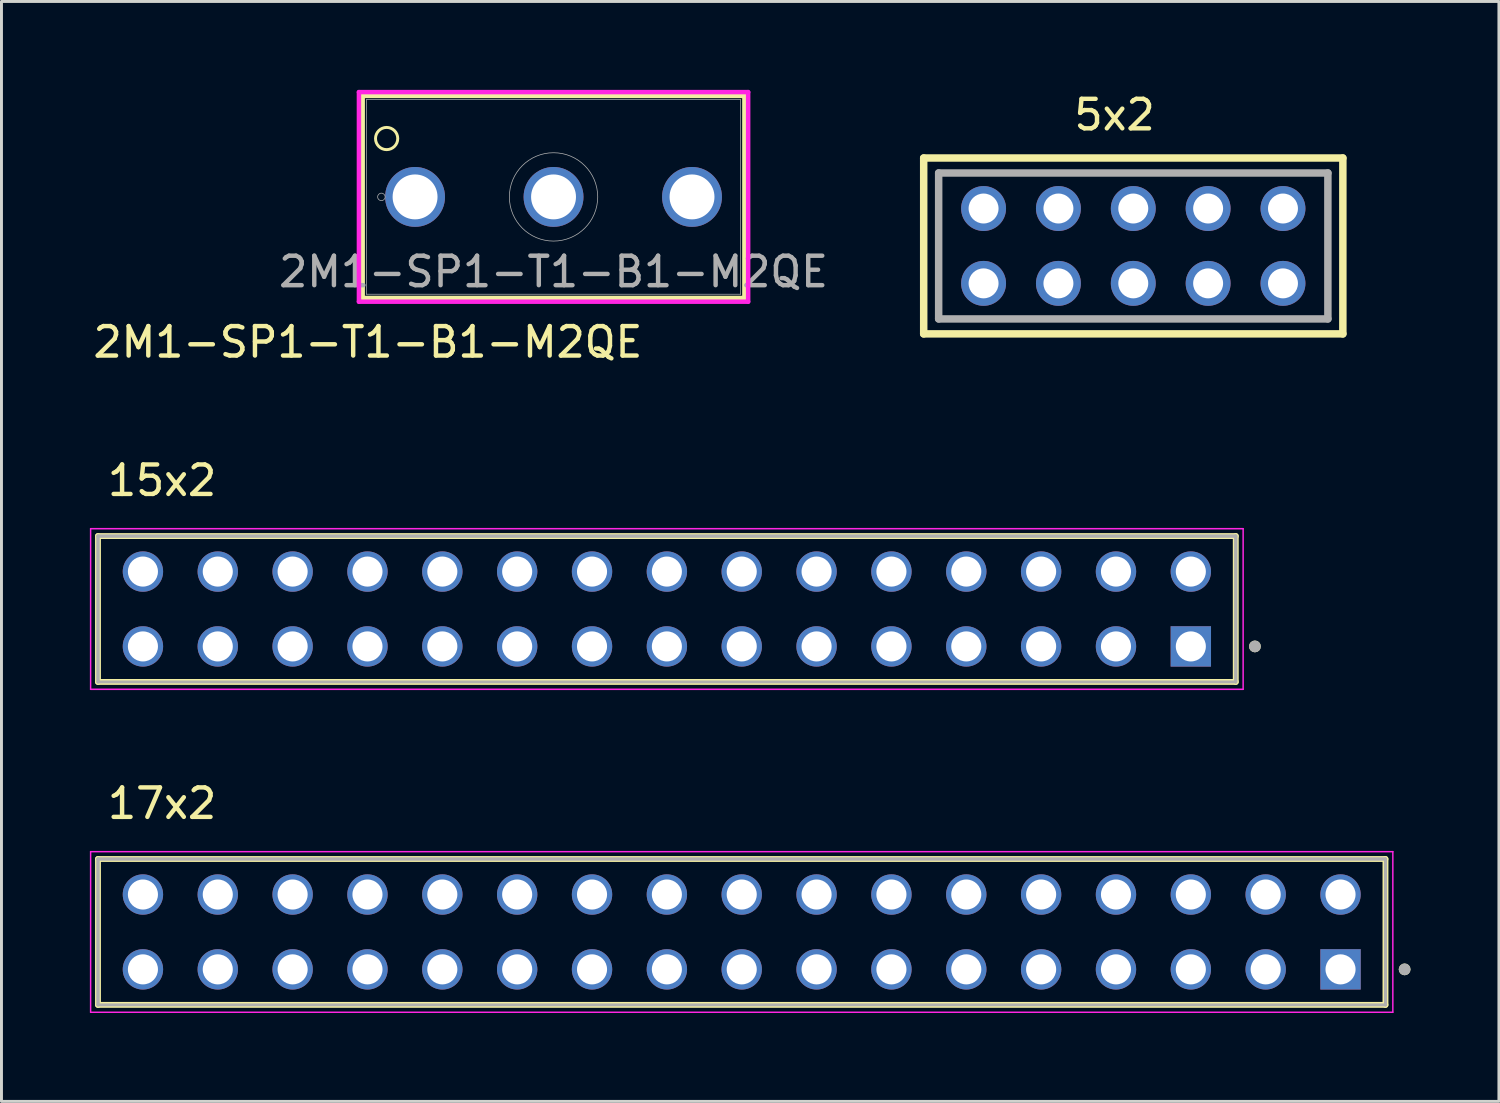
<source format=kicad_pcb>
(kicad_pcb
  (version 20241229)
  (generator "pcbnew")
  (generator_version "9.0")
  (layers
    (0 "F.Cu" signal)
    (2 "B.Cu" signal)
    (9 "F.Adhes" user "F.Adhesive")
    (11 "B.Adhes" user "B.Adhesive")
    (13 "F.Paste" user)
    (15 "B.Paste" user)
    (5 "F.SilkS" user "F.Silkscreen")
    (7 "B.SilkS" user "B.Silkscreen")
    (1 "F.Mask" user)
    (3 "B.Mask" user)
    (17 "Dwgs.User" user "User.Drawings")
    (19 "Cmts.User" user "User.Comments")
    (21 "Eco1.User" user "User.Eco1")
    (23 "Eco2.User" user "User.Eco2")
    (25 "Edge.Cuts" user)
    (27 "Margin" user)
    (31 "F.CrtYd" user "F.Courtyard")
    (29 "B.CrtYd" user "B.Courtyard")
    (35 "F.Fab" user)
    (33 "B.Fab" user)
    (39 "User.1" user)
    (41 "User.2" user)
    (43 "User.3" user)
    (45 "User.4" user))
  (footprint "15x2"
    (layer "F.Cu")
    (at 37.36 18.886)
    (property "Reference" "15x2" (at -34.91 -5.63 0) (layer "F.SilkS") (effects (font (size 1 1) (thickness 0.15))))
    (attr through_hole)
    (fp_line (start -37.085 1.205) (end -37.085 -3.745) (stroke (width 0.2) (type solid)) (layer "F.SilkS"))
    (fp_line (start 1.525 -3.745) (end -37.085 -3.745) (stroke (width 0.2) (type solid)) (layer "F.SilkS"))
    (fp_line (start 1.525 -3.745) (end 1.525 1.205) (stroke (width 0.2) (type solid)) (layer "F.SilkS"))
    (fp_line (start 1.525 1.205) (end -37.085 1.205) (stroke (width 0.2) (type solid)) (layer "F.SilkS"))
    (fp_circle (center 2.175 0) (end 2.275 0) (stroke (width 0.2) (type solid)) (fill no) (layer "F.SilkS"))
    (fp_line (start -37.335 -3.995) (end 1.775 -3.995) (stroke (width 0.05) (type solid)) (layer "F.CrtYd"))
    (fp_line (start -37.335 1.455) (end -37.335 -3.995) (stroke (width 0.05) (type solid)) (layer "F.CrtYd"))
    (fp_line (start 1.775 -3.995) (end 1.775 1.455) (stroke (width 0.05) (type solid)) (layer "F.CrtYd"))
    (fp_line (start 1.775 1.455) (end -37.335 1.455) (stroke (width 0.05) (type solid)) (layer "F.CrtYd"))
    (fp_line (start -37.085 -3.745) (end 1.525 -3.745) (stroke (width 0.1) (type solid)) (layer "F.Fab"))
    (fp_line (start -37.085 -3.745) (end 1.525 -3.745) (stroke (width 0.1) (type solid)) (layer "F.Fab"))
    (fp_line (start -37.085 1.205) (end -37.085 -3.745) (stroke (width 0.1) (type solid)) (layer "F.Fab"))
    (fp_line (start -37.085 1.205) (end -37.085 -3.745) (stroke (width 0.1) (type solid)) (layer "F.Fab"))
    (fp_line (start 1.525 -3.745) (end 1.525 1.205) (stroke (width 0.1) (type solid)) (layer "F.Fab"))
    (fp_line (start 1.525 -3.745) (end 1.525 1.205) (stroke (width 0.1) (type solid)) (layer "F.Fab"))
    (fp_line (start 1.525 1.205) (end -37.085 1.205) (stroke (width 0.1) (type solid)) (layer "F.Fab"))
    (fp_circle (center 2.175 0) (end 2.275 0) (stroke (width 0.2) (type solid)) (fill no) (layer "F.Fab"))
    (pad "01" thru_hole rect (at 0 0) (size 1.37 1.37) (drill 1.02) (layers "*.Cu" "*.Mask"))
    (pad "02" thru_hole circle (at 0 -2.54) (size 1.37 1.37) (drill 1.02) (layers "*.Cu" "*.Mask"))
    (pad "03" thru_hole circle (at -2.54 0) (size 1.37 1.37) (drill 1.02) (layers "*.Cu" "*.Mask"))
    (pad "04" thru_hole circle (at -2.54 -2.54) (size 1.37 1.37) (drill 1.02) (layers "*.Cu" "*.Mask"))
    (pad "05" thru_hole circle (at -5.08 0) (size 1.37 1.37) (drill 1.02) (layers "*.Cu" "*.Mask"))
    (pad "06" thru_hole circle (at -5.08 -2.54) (size 1.37 1.37) (drill 1.02) (layers "*.Cu" "*.Mask"))
    (pad "07" thru_hole circle (at -7.62 0) (size 1.37 1.37) (drill 1.02) (layers "*.Cu" "*.Mask"))
    (pad "08" thru_hole circle (at -7.62 -2.54) (size 1.37 1.37) (drill 1.02) (layers "*.Cu" "*.Mask"))
    (pad "09" thru_hole circle (at -10.16 0) (size 1.37 1.37) (drill 1.02) (layers "*.Cu" "*.Mask"))
    (pad "10" thru_hole circle (at -10.16 -2.54) (size 1.37 1.37) (drill 1.02) (layers "*.Cu" "*.Mask"))
    (pad "11" thru_hole circle (at -12.7 0) (size 1.37 1.37) (drill 1.02) (layers "*.Cu" "*.Mask"))
    (pad "12" thru_hole circle (at -12.7 -2.54) (size 1.37 1.37) (drill 1.02) (layers "*.Cu" "*.Mask"))
    (pad "13" thru_hole circle (at -15.24 0) (size 1.37 1.37) (drill 1.02) (layers "*.Cu" "*.Mask"))
    (pad "14" thru_hole circle (at -15.24 -2.54) (size 1.37 1.37) (drill 1.02) (layers "*.Cu" "*.Mask"))
    (pad "15" thru_hole circle (at -17.78 0) (size 1.37 1.37) (drill 1.02) (layers "*.Cu" "*.Mask"))
    (pad "16" thru_hole circle (at -17.78 -2.54) (size 1.37 1.37) (drill 1.02) (layers "*.Cu" "*.Mask"))
    (pad "17" thru_hole circle (at -20.32 0) (size 1.37 1.37) (drill 1.02) (layers "*.Cu" "*.Mask"))
    (pad "18" thru_hole circle (at -20.32 -2.54) (size 1.37 1.37) (drill 1.02) (layers "*.Cu" "*.Mask"))
    (pad "19" thru_hole circle (at -22.86 0) (size 1.37 1.37) (drill 1.02) (layers "*.Cu" "*.Mask"))
    (pad "20" thru_hole circle (at -22.86 -2.54) (size 1.37 1.37) (drill 1.02) (layers "*.Cu" "*.Mask"))
    (pad "21" thru_hole circle (at -25.4 0) (size 1.37 1.37) (drill 1.02) (layers "*.Cu" "*.Mask"))
    (pad "22" thru_hole circle (at -25.4 -2.54) (size 1.37 1.37) (drill 1.02) (layers "*.Cu" "*.Mask"))
    (pad "23" thru_hole circle (at -27.94 0) (size 1.37 1.37) (drill 1.02) (layers "*.Cu" "*.Mask"))
    (pad "24" thru_hole circle (at -27.94 -2.54) (size 1.37 1.37) (drill 1.02) (layers "*.Cu" "*.Mask"))
    (pad "25" thru_hole circle (at -30.48 0) (size 1.37 1.37) (drill 1.02) (layers "*.Cu" "*.Mask"))
    (pad "26" thru_hole circle (at -30.48 -2.54) (size 1.37 1.37) (drill 1.02) (layers "*.Cu" "*.Mask"))
    (pad "27" thru_hole circle (at -33.02 0) (size 1.37 1.37) (drill 1.02) (layers "*.Cu" "*.Mask"))
    (pad "28" thru_hole circle (at -33.02 -2.54) (size 1.37 1.37) (drill 1.02) (layers "*.Cu" "*.Mask"))
    (pad "29" thru_hole circle (at -35.56 0) (size 1.37 1.37) (drill 1.02) (layers "*.Cu" "*.Mask"))
    (pad "30" thru_hole circle (at -35.56 -2.54) (size 1.37 1.37) (drill 1.02) (layers "*.Cu" "*.Mask")))
  (footprint "2M1-SP1-T1-B1-M2QE"
    (layer "F.Cu")
    (at 11.035 3.632)
    (property "Reference" "2M1-SP1-T1-B1-M2QE" (at -1.6 4.928 0) (unlocked yes) (layer "F.SilkS") (effects (font (size 1 1) (thickness 0.15))))
    (attr through_hole)
    (fp_line (start -1.778 -3.429) (end 11.176 -3.429) (stroke (width 0.152) (type solid)) (layer "F.SilkS"))
    (fp_line (start -1.778 3.429) (end -1.778 -3.429) (stroke (width 0.152) (type solid)) (layer "F.SilkS"))
    (fp_line (start 11.176 -3.429) (end 11.176 3.429) (stroke (width 0.152) (type solid)) (layer "F.SilkS"))
    (fp_line (start 11.176 3.429) (end -1.778 3.429) (stroke (width 0.152) (type solid)) (layer "F.SilkS"))
    (fp_circle (center -0.965 -1.981) (end -0.61 -1.854) (stroke (width 0.1) (type default)) (fill no) (layer "F.SilkS"))
    (fp_line (start -1.905 -3.556) (end 11.303 -3.556) (stroke (width 0.152) (type solid)) (layer "F.CrtYd"))
    (fp_line (start -1.905 3.556) (end -1.905 -3.556) (stroke (width 0.152) (type solid)) (layer "F.CrtYd"))
    (fp_line (start 11.303 -3.556) (end 11.303 3.556) (stroke (width 0.152) (type solid)) (layer "F.CrtYd"))
    (fp_line (start 11.303 3.556) (end -1.905 3.556) (stroke (width 0.152) (type solid)) (layer "F.CrtYd"))
    (fp_line (start -1.651 -3.302) (end 11.049 -3.302) (stroke (width 0.025) (type solid)) (layer "F.Fab"))
    (fp_line (start -1.651 3.302) (end -1.651 -3.302) (stroke (width 0.025) (type solid)) (layer "F.Fab"))
    (fp_line (start 11.049 -3.302) (end 11.049 3.302) (stroke (width 0.025) (type solid)) (layer "F.Fab"))
    (fp_line (start 11.049 3.302) (end -1.651 3.302) (stroke (width 0.025) (type solid)) (layer "F.Fab"))
    (fp_circle (center -1.143 0) (end -1.016 0) (stroke (width 0.025) (type solid)) (fill no) (layer "F.Fab"))
    (fp_circle (center 4.699 0) (end 6.198 0) (stroke (width 0.025) (type solid)) (fill no) (layer "F.Fab"))
    (fp_text user "${REFERENCE}" (at 4.699 2.54 0) (unlocked yes) (layer "F.Fab") (effects (font (size 1 1) (thickness 0.15))))
    (pad "1" thru_hole circle (at 0 0) (size 2.032 2.032) (drill 1.524) (layers "*.Cu" "*.Mask"))
    (pad "2" thru_hole circle (at 4.699 0) (size 2.032 2.032) (drill 1.524) (layers "*.Cu" "*.Mask"))
    (pad "3" thru_hole circle (at 9.398 0) (size 2.032 2.032) (drill 1.524) (layers "*.Cu" "*.Mask")))
  (footprint "5x2"
    (layer "F.Cu")
    (at 35.407 5.296)
    (property "Reference" "5x2" (at -0.635 -4.447 0) (layer "F.SilkS") (effects (font (size 1.001 1.001) (thickness 0.15))))
    (attr through_hole)
    (fp_line (start -7.112 -2.984) (end 7.112 -2.984) (stroke (width 0.254) (type solid)) (layer "F.SilkS"))
    (fp_line (start -7.112 2.984) (end -7.112 -2.984) (stroke (width 0.254) (type solid)) (layer "F.SilkS"))
    (fp_line (start 7.112 -2.984) (end 7.112 2.984) (stroke (width 0.254) (type solid)) (layer "F.SilkS"))
    (fp_line (start 7.112 2.984) (end -7.112 2.984) (stroke (width 0.254) (type solid)) (layer "F.SilkS"))
    (fp_line (start -6.604 -2.476) (end 6.604 -2.476) (stroke (width 0.254) (type solid)) (layer "F.Fab"))
    (fp_line (start -6.604 2.476) (end -6.604 -2.476) (stroke (width 0.254) (type solid)) (layer "F.Fab"))
    (fp_line (start 6.604 -2.476) (end 6.604 2.476) (stroke (width 0.254) (type solid)) (layer "F.Fab"))
    (fp_line (start 6.604 2.476) (end -6.604 2.476) (stroke (width 0.254) (type solid)) (layer "F.Fab"))
    (pad "1" thru_hole circle (at -5.08 -1.27) (size 1.524 1.524) (drill 1.016) (layers "*.Cu" "*.Mask"))
    (pad "2" thru_hole circle (at -5.08 1.27) (size 1.524 1.524) (drill 1.016) (layers "*.Cu" "*.Mask"))
    (pad "3" thru_hole circle (at -2.54 -1.27) (size 1.524 1.524) (drill 1.016) (layers "*.Cu" "*.Mask"))
    (pad "4" thru_hole circle (at -2.54 1.27) (size 1.524 1.524) (drill 1.016) (layers "*.Cu" "*.Mask"))
    (pad "5" thru_hole circle (at 0 -1.27) (size 1.524 1.524) (drill 1.016) (layers "*.Cu" "*.Mask"))
    (pad "6" thru_hole circle (at 0 1.27) (size 1.524 1.524) (drill 1.016) (layers "*.Cu" "*.Mask"))
    (pad "7" thru_hole circle (at 2.54 -1.27) (size 1.524 1.524) (drill 1.016) (layers "*.Cu" "*.Mask"))
    (pad "8" thru_hole circle (at 2.54 1.27) (size 1.524 1.524) (drill 1.016) (layers "*.Cu" "*.Mask"))
    (pad "9" thru_hole circle (at 5.08 -1.27) (size 1.524 1.524) (drill 1.016) (layers "*.Cu" "*.Mask"))
    (pad "10" thru_hole circle (at 5.08 1.27) (size 1.524 1.524) (drill 1.016) (layers "*.Cu" "*.Mask")))
  (footprint "17x2"
    (layer "F.Cu")
    (at 42.44 29.845)
    (property "Reference" "17x2" (at -39.99 -5.63 0) (layer "F.SilkS") (effects (font (size 1 1) (thickness 0.15))))
    (attr through_hole)
    (fp_line (start -42.165 1.205) (end -42.165 -3.745) (stroke (width 0.2) (type solid)) (layer "F.SilkS"))
    (fp_line (start 1.525 -3.745) (end -42.165 -3.745) (stroke (width 0.2) (type solid)) (layer "F.SilkS"))
    (fp_line (start 1.525 -3.745) (end 1.525 1.205) (stroke (width 0.2) (type solid)) (layer "F.SilkS"))
    (fp_line (start 1.525 1.205) (end -42.165 1.205) (stroke (width 0.2) (type solid)) (layer "F.SilkS"))
    (fp_circle (center 2.175 0) (end 2.275 0) (stroke (width 0.2) (type solid)) (fill no) (layer "F.SilkS"))
    (fp_line (start -42.415 -3.995) (end 1.775 -3.995) (stroke (width 0.05) (type solid)) (layer "F.CrtYd"))
    (fp_line (start -42.415 1.455) (end -42.415 -3.995) (stroke (width 0.05) (type solid)) (layer "F.CrtYd"))
    (fp_line (start 1.775 -3.995) (end 1.775 1.455) (stroke (width 0.05) (type solid)) (layer "F.CrtYd"))
    (fp_line (start 1.775 1.455) (end -42.415 1.455) (stroke (width 0.05) (type solid)) (layer "F.CrtYd"))
    (fp_line (start -42.165 -3.745) (end 1.525 -3.745) (stroke (width 0.1) (type solid)) (layer "F.Fab"))
    (fp_line (start -42.165 -3.745) (end 1.525 -3.745) (stroke (width 0.1) (type solid)) (layer "F.Fab"))
    (fp_line (start -42.165 1.205) (end -42.165 -3.745) (stroke (width 0.1) (type solid)) (layer "F.Fab"))
    (fp_line (start -42.165 1.205) (end -42.165 -3.745) (stroke (width 0.1) (type solid)) (layer "F.Fab"))
    (fp_line (start 1.525 -3.745) (end 1.525 1.205) (stroke (width 0.1) (type solid)) (layer "F.Fab"))
    (fp_line (start 1.525 -3.745) (end 1.525 1.205) (stroke (width 0.1) (type solid)) (layer "F.Fab"))
    (fp_line (start 1.525 1.205) (end -42.165 1.205) (stroke (width 0.1) (type solid)) (layer "F.Fab"))
    (fp_circle (center 2.175 0) (end 2.275 0) (stroke (width 0.2) (type solid)) (fill no) (layer "F.Fab"))
    (pad "01" thru_hole rect (at 0 0) (size 1.37 1.37) (drill 1.02) (layers "*.Cu" "*.Mask"))
    (pad "02" thru_hole circle (at 0 -2.54) (size 1.37 1.37) (drill 1.02) (layers "*.Cu" "*.Mask"))
    (pad "03" thru_hole circle (at -2.54 0) (size 1.37 1.37) (drill 1.02) (layers "*.Cu" "*.Mask"))
    (pad "04" thru_hole circle (at -2.54 -2.54) (size 1.37 1.37) (drill 1.02) (layers "*.Cu" "*.Mask"))
    (pad "05" thru_hole circle (at -5.08 0) (size 1.37 1.37) (drill 1.02) (layers "*.Cu" "*.Mask"))
    (pad "06" thru_hole circle (at -5.08 -2.54) (size 1.37 1.37) (drill 1.02) (layers "*.Cu" "*.Mask"))
    (pad "07" thru_hole circle (at -7.62 0) (size 1.37 1.37) (drill 1.02) (layers "*.Cu" "*.Mask"))
    (pad "08" thru_hole circle (at -7.62 -2.54) (size 1.37 1.37) (drill 1.02) (layers "*.Cu" "*.Mask"))
    (pad "09" thru_hole circle (at -10.16 0) (size 1.37 1.37) (drill 1.02) (layers "*.Cu" "*.Mask"))
    (pad "10" thru_hole circle (at -10.16 -2.54) (size 1.37 1.37) (drill 1.02) (layers "*.Cu" "*.Mask"))
    (pad "11" thru_hole circle (at -12.7 0) (size 1.37 1.37) (drill 1.02) (layers "*.Cu" "*.Mask"))
    (pad "12" thru_hole circle (at -12.7 -2.54) (size 1.37 1.37) (drill 1.02) (layers "*.Cu" "*.Mask"))
    (pad "13" thru_hole circle (at -15.24 0) (size 1.37 1.37) (drill 1.02) (layers "*.Cu" "*.Mask"))
    (pad "14" thru_hole circle (at -15.24 -2.54) (size 1.37 1.37) (drill 1.02) (layers "*.Cu" "*.Mask"))
    (pad "15" thru_hole circle (at -17.78 0) (size 1.37 1.37) (drill 1.02) (layers "*.Cu" "*.Mask"))
    (pad "16" thru_hole circle (at -17.78 -2.54) (size 1.37 1.37) (drill 1.02) (layers "*.Cu" "*.Mask"))
    (pad "17" thru_hole circle (at -20.32 0) (size 1.37 1.37) (drill 1.02) (layers "*.Cu" "*.Mask"))
    (pad "18" thru_hole circle (at -20.32 -2.54) (size 1.37 1.37) (drill 1.02) (layers "*.Cu" "*.Mask"))
    (pad "19" thru_hole circle (at -22.86 0) (size 1.37 1.37) (drill 1.02) (layers "*.Cu" "*.Mask"))
    (pad "20" thru_hole circle (at -22.86 -2.54) (size 1.37 1.37) (drill 1.02) (layers "*.Cu" "*.Mask"))
    (pad "21" thru_hole circle (at -25.4 0) (size 1.37 1.37) (drill 1.02) (layers "*.Cu" "*.Mask"))
    (pad "22" thru_hole circle (at -25.4 -2.54) (size 1.37 1.37) (drill 1.02) (layers "*.Cu" "*.Mask"))
    (pad "23" thru_hole circle (at -27.94 0) (size 1.37 1.37) (drill 1.02) (layers "*.Cu" "*.Mask"))
    (pad "24" thru_hole circle (at -27.94 -2.54) (size 1.37 1.37) (drill 1.02) (layers "*.Cu" "*.Mask"))
    (pad "25" thru_hole circle (at -30.48 0) (size 1.37 1.37) (drill 1.02) (layers "*.Cu" "*.Mask"))
    (pad "26" thru_hole circle (at -30.48 -2.54) (size 1.37 1.37) (drill 1.02) (layers "*.Cu" "*.Mask"))
    (pad "27" thru_hole circle (at -33.02 0) (size 1.37 1.37) (drill 1.02) (layers "*.Cu" "*.Mask"))
    (pad "28" thru_hole circle (at -33.02 -2.54) (size 1.37 1.37) (drill 1.02) (layers "*.Cu" "*.Mask"))
    (pad "29" thru_hole circle (at -35.56 0) (size 1.37 1.37) (drill 1.02) (layers "*.Cu" "*.Mask"))
    (pad "30" thru_hole circle (at -35.56 -2.54) (size 1.37 1.37) (drill 1.02) (layers "*.Cu" "*.Mask"))
    (pad "31" thru_hole circle (at -38.1 0) (size 1.37 1.37) (drill 1.02) (layers "*.Cu" "*.Mask"))
    (pad "32" thru_hole circle (at -38.1 -2.54) (size 1.37 1.37) (drill 1.02) (layers "*.Cu" "*.Mask"))
    (pad "33" thru_hole circle (at -40.64 0) (size 1.37 1.37) (drill 1.02) (layers "*.Cu" "*.Mask"))
    (pad "34" thru_hole circle (at -40.64 -2.54) (size 1.37 1.37) (drill 1.02) (layers "*.Cu" "*.Mask")))
  (gr_rect
    (start -3 -3)
    (end 47.815 34.325)
    (stroke (width 0.1) (type default))
    (fill no)
    (layer "Edge.Cuts")))
</source>
